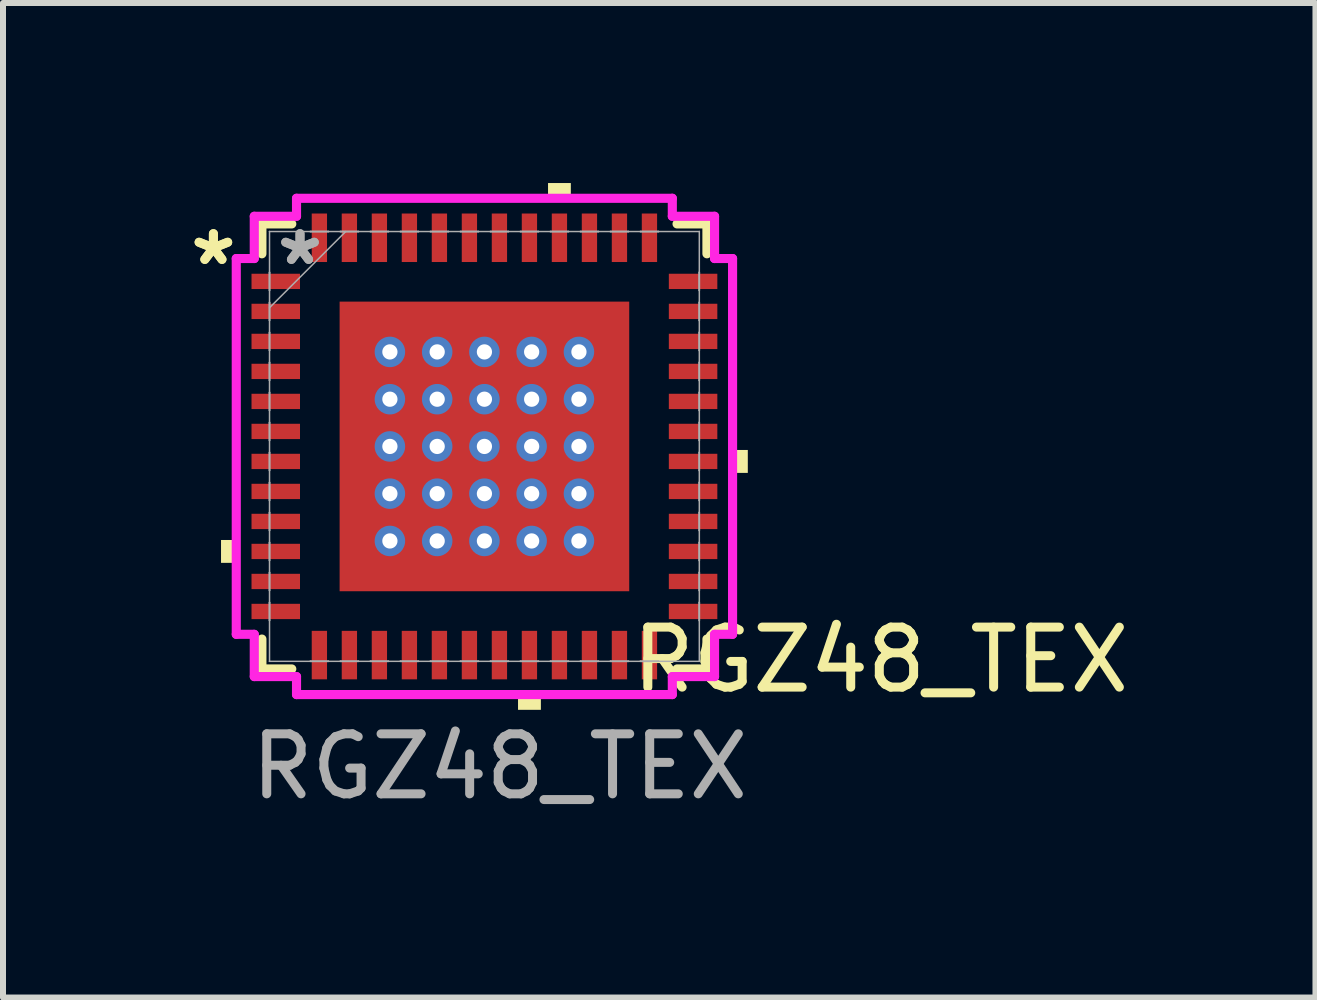
<source format=kicad_pcb>
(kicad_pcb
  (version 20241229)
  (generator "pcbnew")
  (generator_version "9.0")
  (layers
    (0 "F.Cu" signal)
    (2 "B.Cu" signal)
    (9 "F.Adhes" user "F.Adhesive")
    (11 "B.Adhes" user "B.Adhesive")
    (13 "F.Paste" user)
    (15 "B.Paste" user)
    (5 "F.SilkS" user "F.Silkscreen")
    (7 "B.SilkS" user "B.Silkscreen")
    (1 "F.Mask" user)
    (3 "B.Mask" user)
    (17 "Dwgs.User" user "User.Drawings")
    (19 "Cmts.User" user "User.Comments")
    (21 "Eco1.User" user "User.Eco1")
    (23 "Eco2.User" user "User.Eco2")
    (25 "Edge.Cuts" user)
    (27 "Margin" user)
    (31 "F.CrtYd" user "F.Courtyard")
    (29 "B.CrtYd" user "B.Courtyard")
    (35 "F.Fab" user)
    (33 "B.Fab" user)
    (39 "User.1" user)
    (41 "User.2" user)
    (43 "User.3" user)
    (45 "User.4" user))
  (footprint "RGZ48_TEX"
    (layer "F.Cu")
    (at 5.022 4.389)
    (property "Reference" "RGZ48_TEX" (at 6.604 3.556 0) (unlocked yes) (layer "F.SilkS") (effects (font (size 1 1) (thickness 0.15))))
    (fp_line (start -3.708 -3.708) (end -3.708 -3.21) (stroke (width 0.152) (type solid)) (layer "F.SilkS"))
    (fp_line (start -3.708 3.21) (end -3.708 3.708) (stroke (width 0.152) (type solid)) (layer "F.SilkS"))
    (fp_line (start -3.708 3.708) (end -3.21 3.708) (stroke (width 0.152) (type solid)) (layer "F.SilkS"))
    (fp_line (start -3.21 -3.708) (end -3.708 -3.708) (stroke (width 0.152) (type solid)) (layer "F.SilkS"))
    (fp_line (start 3.21 3.708) (end 3.708 3.708) (stroke (width 0.152) (type solid)) (layer "F.SilkS"))
    (fp_line (start 3.708 -3.708) (end 3.21 -3.708) (stroke (width 0.152) (type solid)) (layer "F.SilkS"))
    (fp_line (start 3.708 -3.21) (end 3.708 -3.708) (stroke (width 0.152) (type solid)) (layer "F.SilkS"))
    (fp_line (start 3.708 3.708) (end 3.708 3.21) (stroke (width 0.152) (type solid)) (layer "F.SilkS"))
    (fp_poly (pts (xy -4.389 1.559) (xy -4.389 1.94) (xy -4.135 1.94) (xy -4.135 1.559)) (stroke (width 0) (type solid)) (fill yes) (layer "F.SilkS"))
    (fp_poly (pts (xy 0.56 4.135) (xy 0.56 4.389) (xy 0.941 4.389) (xy 0.941 4.135)) (stroke (width 0) (type solid)) (fill yes) (layer "F.SilkS"))
    (fp_poly (pts (xy 1.06 -4.135) (xy 1.06 -4.389) (xy 1.44 -4.389) (xy 1.44 -4.135)) (stroke (width 0) (type solid)) (fill yes) (layer "F.SilkS"))
    (fp_poly (pts (xy 4.389 0.059) (xy 4.389 0.441) (xy 4.135 0.441) (xy 4.135 0.059)) (stroke (width 0) (type solid)) (fill yes) (layer "F.SilkS"))
    (fp_poly (pts (xy -2.121 -2.262) (xy -2.262 -2.121) (xy -2.262 -1.816) (xy -2.121 -1.675) (xy -1.816 -1.675) (xy -1.675 -1.816) (xy -1.675 -2.121) (xy -1.816 -2.262)) (stroke (width 0) (type solid)) (fill yes) (layer "F.Paste"))
    (fp_poly (pts (xy -2.121 -1.475) (xy -2.262 -1.333) (xy -2.262 -1.029) (xy -2.121 -0.887) (xy -1.816 -0.887) (xy -1.675 -1.029) (xy -1.675 -1.333) (xy -1.816 -1.475)) (stroke (width 0) (type solid)) (fill yes) (layer "F.Paste"))
    (fp_poly (pts (xy -2.121 -0.687) (xy -2.262 -0.546) (xy -2.262 -0.241) (xy -2.121 -0.1) (xy -1.816 -0.1) (xy -1.675 -0.241) (xy -1.675 -0.546) (xy -1.816 -0.687)) (stroke (width 0) (type solid)) (fill yes) (layer "F.Paste"))
    (fp_poly (pts (xy -2.121 0.1) (xy -2.262 0.241) (xy -2.262 0.546) (xy -2.121 0.687) (xy -1.816 0.687) (xy -1.675 0.546) (xy -1.675 0.241) (xy -1.816 0.1)) (stroke (width 0) (type solid)) (fill yes) (layer "F.Paste"))
    (fp_poly (pts (xy -2.121 0.887) (xy -2.262 1.029) (xy -2.262 1.333) (xy -2.121 1.475) (xy -1.816 1.475) (xy -1.675 1.333) (xy -1.675 1.029) (xy -1.816 0.887)) (stroke (width 0) (type solid)) (fill yes) (layer "F.Paste"))
    (fp_poly (pts (xy -2.121 1.675) (xy -2.262 1.816) (xy -2.262 2.121) (xy -2.121 2.262) (xy -1.816 2.262) (xy -1.675 2.121) (xy -1.675 1.816) (xy -1.816 1.675)) (stroke (width 0) (type solid)) (fill yes) (layer "F.Paste"))
    (fp_poly (pts (xy -1.333 -2.262) (xy -1.475 -2.121) (xy -1.475 -1.816) (xy -1.333 -1.675) (xy -1.029 -1.675) (xy -0.887 -1.816) (xy -0.887 -2.121) (xy -1.029 -2.262)) (stroke (width 0) (type solid)) (fill yes) (layer "F.Paste"))
    (fp_poly (pts (xy -1.333 -1.475) (xy -1.475 -1.333) (xy -1.475 -1.029) (xy -1.333 -0.887) (xy -1.029 -0.887) (xy -0.887 -1.029) (xy -0.887 -1.333) (xy -1.029 -1.475)) (stroke (width 0) (type solid)) (fill yes) (layer "F.Paste"))
    (fp_poly (pts (xy -1.333 -0.687) (xy -1.475 -0.546) (xy -1.475 -0.241) (xy -1.333 -0.1) (xy -1.029 -0.1) (xy -0.887 -0.241) (xy -0.887 -0.546) (xy -1.029 -0.687)) (stroke (width 0) (type solid)) (fill yes) (layer "F.Paste"))
    (fp_poly (pts (xy -1.333 0.1) (xy -1.475 0.241) (xy -1.475 0.546) (xy -1.333 0.687) (xy -1.029 0.687) (xy -0.887 0.546) (xy -0.887 0.241) (xy -1.029 0.1)) (stroke (width 0) (type solid)) (fill yes) (layer "F.Paste"))
    (fp_poly (pts (xy -1.333 0.887) (xy -1.475 1.029) (xy -1.475 1.333) (xy -1.333 1.475) (xy -1.029 1.475) (xy -0.887 1.333) (xy -0.887 1.029) (xy -1.029 0.887)) (stroke (width 0) (type solid)) (fill yes) (layer "F.Paste"))
    (fp_poly (pts (xy -1.333 1.675) (xy -1.475 1.816) (xy -1.475 2.121) (xy -1.333 2.262) (xy -1.029 2.262) (xy -0.887 2.121) (xy -0.887 1.816) (xy -1.029 1.675)) (stroke (width 0) (type solid)) (fill yes) (layer "F.Paste"))
    (fp_poly (pts (xy -0.546 -2.262) (xy -0.687 -2.121) (xy -0.687 -1.816) (xy -0.546 -1.675) (xy -0.241 -1.675) (xy -0.1 -1.816) (xy -0.1 -2.121) (xy -0.241 -2.262)) (stroke (width 0) (type solid)) (fill yes) (layer "F.Paste"))
    (fp_poly (pts (xy -0.546 -1.475) (xy -0.687 -1.333) (xy -0.687 -1.029) (xy -0.546 -0.887) (xy -0.241 -0.887) (xy -0.1 -1.029) (xy -0.1 -1.333) (xy -0.241 -1.475)) (stroke (width 0) (type solid)) (fill yes) (layer "F.Paste"))
    (fp_poly (pts (xy -0.546 -0.687) (xy -0.687 -0.546) (xy -0.687 -0.241) (xy -0.546 -0.1) (xy -0.241 -0.1) (xy -0.1 -0.241) (xy -0.1 -0.546) (xy -0.241 -0.687)) (stroke (width 0) (type solid)) (fill yes) (layer "F.Paste"))
    (fp_poly (pts (xy -0.546 0.1) (xy -0.687 0.241) (xy -0.687 0.546) (xy -0.546 0.687) (xy -0.241 0.687) (xy -0.1 0.546) (xy -0.1 0.241) (xy -0.241 0.1)) (stroke (width 0) (type solid)) (fill yes) (layer "F.Paste"))
    (fp_poly (pts (xy -0.546 0.887) (xy -0.687 1.029) (xy -0.687 1.333) (xy -0.546 1.475) (xy -0.241 1.475) (xy -0.1 1.333) (xy -0.1 1.029) (xy -0.241 0.887)) (stroke (width 0) (type solid)) (fill yes) (layer "F.Paste"))
    (fp_poly (pts (xy -0.546 1.675) (xy -0.687 1.816) (xy -0.687 2.121) (xy -0.546 2.262) (xy -0.241 2.262) (xy -0.1 2.121) (xy -0.1 1.816) (xy -0.241 1.675)) (stroke (width 0) (type solid)) (fill yes) (layer "F.Paste"))
    (fp_poly (pts (xy 0.241 -2.262) (xy 0.1 -2.121) (xy 0.1 -1.816) (xy 0.241 -1.675) (xy 0.546 -1.675) (xy 0.687 -1.816) (xy 0.687 -2.121) (xy 0.546 -2.262)) (stroke (width 0) (type solid)) (fill yes) (layer "F.Paste"))
    (fp_poly (pts (xy 0.241 -1.475) (xy 0.1 -1.333) (xy 0.1 -1.029) (xy 0.241 -0.887) (xy 0.546 -0.887) (xy 0.687 -1.029) (xy 0.687 -1.333) (xy 0.546 -1.475)) (stroke (width 0) (type solid)) (fill yes) (layer "F.Paste"))
    (fp_poly (pts (xy 0.241 -0.687) (xy 0.1 -0.546) (xy 0.1 -0.241) (xy 0.241 -0.1) (xy 0.546 -0.1) (xy 0.687 -0.241) (xy 0.687 -0.546) (xy 0.546 -0.687)) (stroke (width 0) (type solid)) (fill yes) (layer "F.Paste"))
    (fp_poly (pts (xy 0.241 0.1) (xy 0.1 0.241) (xy 0.1 0.546) (xy 0.241 0.687) (xy 0.546 0.687) (xy 0.687 0.546) (xy 0.687 0.241) (xy 0.546 0.1)) (stroke (width 0) (type solid)) (fill yes) (layer "F.Paste"))
    (fp_poly (pts (xy 0.241 0.887) (xy 0.1 1.029) (xy 0.1 1.333) (xy 0.241 1.475) (xy 0.546 1.475) (xy 0.687 1.333) (xy 0.687 1.029) (xy 0.546 0.887)) (stroke (width 0) (type solid)) (fill yes) (layer "F.Paste"))
    (fp_poly (pts (xy 0.241 1.675) (xy 0.1 1.816) (xy 0.1 2.121) (xy 0.241 2.262) (xy 0.546 2.262) (xy 0.687 2.121) (xy 0.687 1.816) (xy 0.546 1.675)) (stroke (width 0) (type solid)) (fill yes) (layer "F.Paste"))
    (fp_poly (pts (xy 1.029 -2.262) (xy 0.887 -2.121) (xy 0.887 -1.816) (xy 1.029 -1.675) (xy 1.333 -1.675) (xy 1.475 -1.816) (xy 1.475 -2.121) (xy 1.333 -2.262)) (stroke (width 0) (type solid)) (fill yes) (layer "F.Paste"))
    (fp_poly (pts (xy 1.029 -1.475) (xy 0.887 -1.333) (xy 0.887 -1.029) (xy 1.029 -0.887) (xy 1.333 -0.887) (xy 1.475 -1.029) (xy 1.475 -1.333) (xy 1.333 -1.475)) (stroke (width 0) (type solid)) (fill yes) (layer "F.Paste"))
    (fp_poly (pts (xy 1.029 -0.687) (xy 0.887 -0.546) (xy 0.887 -0.241) (xy 1.029 -0.1) (xy 1.333 -0.1) (xy 1.475 -0.241) (xy 1.475 -0.546) (xy 1.333 -0.687)) (stroke (width 0) (type solid)) (fill yes) (layer "F.Paste"))
    (fp_poly (pts (xy 1.029 0.1) (xy 0.887 0.241) (xy 0.887 0.546) (xy 1.029 0.687) (xy 1.333 0.687) (xy 1.475 0.546) (xy 1.475 0.241) (xy 1.333 0.1)) (stroke (width 0) (type solid)) (fill yes) (layer "F.Paste"))
    (fp_poly (pts (xy 1.029 0.887) (xy 0.887 1.029) (xy 0.887 1.333) (xy 1.029 1.475) (xy 1.333 1.475) (xy 1.475 1.333) (xy 1.475 1.029) (xy 1.333 0.887)) (stroke (width 0) (type solid)) (fill yes) (layer "F.Paste"))
    (fp_poly (pts (xy 1.029 1.675) (xy 0.887 1.816) (xy 0.887 2.121) (xy 1.029 2.262) (xy 1.333 2.262) (xy 1.475 2.121) (xy 1.475 1.816) (xy 1.333 1.675)) (stroke (width 0) (type solid)) (fill yes) (layer "F.Paste"))
    (fp_poly (pts (xy 1.727 -2.286) (xy 1.586 -2.145) (xy 1.586 -1.84) (xy 1.727 -1.699) (xy 2.032 -1.699) (xy 2.173 -1.84) (xy 2.173 -2.145) (xy 2.032 -2.286)) (stroke (width 0) (type solid)) (fill yes) (layer "F.Paste"))
    (fp_poly (pts (xy 1.816 -1.475) (xy 1.675 -1.333) (xy 1.675 -1.029) (xy 1.816 -0.887) (xy 2.121 -0.887) (xy 2.262 -1.029) (xy 2.262 -1.333) (xy 2.121 -1.475)) (stroke (width 0) (type solid)) (fill yes) (layer "F.Paste"))
    (fp_poly (pts (xy 1.816 -0.687) (xy 1.675 -0.546) (xy 1.675 -0.241) (xy 1.816 -0.1) (xy 2.121 -0.1) (xy 2.262 -0.241) (xy 2.262 -0.546) (xy 2.121 -0.687)) (stroke (width 0) (type solid)) (fill yes) (layer "F.Paste"))
    (fp_poly (pts (xy 1.816 0.1) (xy 1.675 0.241) (xy 1.675 0.546) (xy 1.816 0.687) (xy 2.121 0.687) (xy 2.262 0.546) (xy 2.262 0.241) (xy 2.121 0.1)) (stroke (width 0) (type solid)) (fill yes) (layer "F.Paste"))
    (fp_poly (pts (xy 1.816 0.887) (xy 1.675 1.029) (xy 1.675 1.333) (xy 1.816 1.475) (xy 2.121 1.475) (xy 2.262 1.333) (xy 2.262 1.029) (xy 2.121 0.887)) (stroke (width 0) (type solid)) (fill yes) (layer "F.Paste"))
    (fp_poly (pts (xy 1.816 1.675) (xy 1.675 1.816) (xy 1.675 2.121) (xy 1.816 2.262) (xy 2.121 2.262) (xy 2.262 2.121) (xy 2.262 1.816) (xy 2.121 1.675)) (stroke (width 0) (type solid)) (fill yes) (layer "F.Paste"))
    (fp_line (start -4.135 -3.131) (end -3.835 -3.131) (stroke (width 0.152) (type solid)) (layer "F.CrtYd"))
    (fp_line (start -4.135 3.131) (end -4.135 -3.131) (stroke (width 0.152) (type solid)) (layer "F.CrtYd"))
    (fp_line (start -3.835 -3.835) (end -3.131 -3.835) (stroke (width 0.152) (type solid)) (layer "F.CrtYd"))
    (fp_line (start -3.835 -3.131) (end -3.835 -3.835) (stroke (width 0.152) (type solid)) (layer "F.CrtYd"))
    (fp_line (start -3.835 3.131) (end -4.135 3.131) (stroke (width 0.152) (type solid)) (layer "F.CrtYd"))
    (fp_line (start -3.835 3.835) (end -3.835 3.131) (stroke (width 0.152) (type solid)) (layer "F.CrtYd"))
    (fp_line (start -3.131 -4.135) (end 3.131 -4.135) (stroke (width 0.152) (type solid)) (layer "F.CrtYd"))
    (fp_line (start -3.131 -3.835) (end -3.131 -4.135) (stroke (width 0.152) (type solid)) (layer "F.CrtYd"))
    (fp_line (start -3.131 3.835) (end -3.835 3.835) (stroke (width 0.152) (type solid)) (layer "F.CrtYd"))
    (fp_line (start -3.131 4.135) (end -3.131 3.835) (stroke (width 0.152) (type solid)) (layer "F.CrtYd"))
    (fp_line (start 3.131 -4.135) (end 3.131 -3.835) (stroke (width 0.152) (type solid)) (layer "F.CrtYd"))
    (fp_line (start 3.131 -3.835) (end 3.835 -3.835) (stroke (width 0.152) (type solid)) (layer "F.CrtYd"))
    (fp_line (start 3.131 3.835) (end 3.131 4.135) (stroke (width 0.152) (type solid)) (layer "F.CrtYd"))
    (fp_line (start 3.131 4.135) (end -3.131 4.135) (stroke (width 0.152) (type solid)) (layer "F.CrtYd"))
    (fp_line (start 3.835 -3.835) (end 3.835 -3.131) (stroke (width 0.152) (type solid)) (layer "F.CrtYd"))
    (fp_line (start 3.835 -3.131) (end 4.135 -3.131) (stroke (width 0.152) (type solid)) (layer "F.CrtYd"))
    (fp_line (start 3.835 3.131) (end 3.835 3.835) (stroke (width 0.152) (type solid)) (layer "F.CrtYd"))
    (fp_line (start 3.835 3.835) (end 3.131 3.835) (stroke (width 0.152) (type solid)) (layer "F.CrtYd"))
    (fp_line (start 4.135 -3.131) (end 4.135 3.131) (stroke (width 0.152) (type solid)) (layer "F.CrtYd"))
    (fp_line (start 4.135 3.131) (end 3.835 3.131) (stroke (width 0.152) (type solid)) (layer "F.CrtYd"))
    (fp_line (start -3.581 -3.581) (end -3.581 -3.581) (stroke (width 0.025) (type solid)) (layer "F.Fab"))
    (fp_line (start -3.581 -3.581) (end -3.581 3.581) (stroke (width 0.025) (type solid)) (layer "F.Fab"))
    (fp_line (start -3.581 -2.902) (end -3.581 -2.902) (stroke (width 0.025) (type solid)) (layer "F.Fab"))
    (fp_line (start -3.581 -2.902) (end -3.581 -2.598) (stroke (width 0.025) (type solid)) (layer "F.Fab"))
    (fp_line (start -3.581 -2.598) (end -3.581 -2.902) (stroke (width 0.025) (type solid)) (layer "F.Fab"))
    (fp_line (start -3.581 -2.598) (end -3.581 -2.598) (stroke (width 0.025) (type solid)) (layer "F.Fab"))
    (fp_line (start -3.581 -2.402) (end -3.581 -2.402) (stroke (width 0.025) (type solid)) (layer "F.Fab"))
    (fp_line (start -3.581 -2.402) (end -3.581 -2.098) (stroke (width 0.025) (type solid)) (layer "F.Fab"))
    (fp_line (start -3.581 -2.311) (end -2.311 -3.581) (stroke (width 0.025) (type solid)) (layer "F.Fab"))
    (fp_line (start -3.581 -2.098) (end -3.581 -2.402) (stroke (width 0.025) (type solid)) (layer "F.Fab"))
    (fp_line (start -3.581 -2.098) (end -3.581 -2.098) (stroke (width 0.025) (type solid)) (layer "F.Fab"))
    (fp_line (start -3.581 -1.902) (end -3.581 -1.902) (stroke (width 0.025) (type solid)) (layer "F.Fab"))
    (fp_line (start -3.581 -1.902) (end -3.581 -1.598) (stroke (width 0.025) (type solid)) (layer "F.Fab"))
    (fp_line (start -3.581 -1.598) (end -3.581 -1.902) (stroke (width 0.025) (type solid)) (layer "F.Fab"))
    (fp_line (start -3.581 -1.598) (end -3.581 -1.598) (stroke (width 0.025) (type solid)) (layer "F.Fab"))
    (fp_line (start -3.581 -1.402) (end -3.581 -1.402) (stroke (width 0.025) (type solid)) (layer "F.Fab"))
    (fp_line (start -3.581 -1.402) (end -3.581 -1.098) (stroke (width 0.025) (type solid)) (layer "F.Fab"))
    (fp_line (start -3.581 -1.098) (end -3.581 -1.402) (stroke (width 0.025) (type solid)) (layer "F.Fab"))
    (fp_line (start -3.581 -1.098) (end -3.581 -1.098) (stroke (width 0.025) (type solid)) (layer "F.Fab"))
    (fp_line (start -3.581 -0.902) (end -3.581 -0.902) (stroke (width 0.025) (type solid)) (layer "F.Fab"))
    (fp_line (start -3.581 -0.902) (end -3.581 -0.598) (stroke (width 0.025) (type solid)) (layer "F.Fab"))
    (fp_line (start -3.581 -0.598) (end -3.581 -0.902) (stroke (width 0.025) (type solid)) (layer "F.Fab"))
    (fp_line (start -3.581 -0.598) (end -3.581 -0.598) (stroke (width 0.025) (type solid)) (layer "F.Fab"))
    (fp_line (start -3.581 -0.402) (end -3.581 -0.402) (stroke (width 0.025) (type solid)) (layer "F.Fab"))
    (fp_line (start -3.581 -0.402) (end -3.581 -0.098) (stroke (width 0.025) (type solid)) (layer "F.Fab"))
    (fp_line (start -3.581 -0.098) (end -3.581 -0.402) (stroke (width 0.025) (type solid)) (layer "F.Fab"))
    (fp_line (start -3.581 -0.098) (end -3.581 -0.098) (stroke (width 0.025) (type solid)) (layer "F.Fab"))
    (fp_line (start -3.581 0.098) (end -3.581 0.098) (stroke (width 0.025) (type solid)) (layer "F.Fab"))
    (fp_line (start -3.581 0.098) (end -3.581 0.402) (stroke (width 0.025) (type solid)) (layer "F.Fab"))
    (fp_line (start -3.581 0.402) (end -3.581 0.098) (stroke (width 0.025) (type solid)) (layer "F.Fab"))
    (fp_line (start -3.581 0.402) (end -3.581 0.402) (stroke (width 0.025) (type solid)) (layer "F.Fab"))
    (fp_line (start -3.581 0.598) (end -3.581 0.598) (stroke (width 0.025) (type solid)) (layer "F.Fab"))
    (fp_line (start -3.581 0.598) (end -3.581 0.902) (stroke (width 0.025) (type solid)) (layer "F.Fab"))
    (fp_line (start -3.581 0.902) (end -3.581 0.598) (stroke (width 0.025) (type solid)) (layer "F.Fab"))
    (fp_line (start -3.581 0.902) (end -3.581 0.902) (stroke (width 0.025) (type solid)) (layer "F.Fab"))
    (fp_line (start -3.581 1.098) (end -3.581 1.098) (stroke (width 0.025) (type solid)) (layer "F.Fab"))
    (fp_line (start -3.581 1.098) (end -3.581 1.402) (stroke (width 0.025) (type solid)) (layer "F.Fab"))
    (fp_line (start -3.581 1.402) (end -3.581 1.098) (stroke (width 0.025) (type solid)) (layer "F.Fab"))
    (fp_line (start -3.581 1.402) (end -3.581 1.402) (stroke (width 0.025) (type solid)) (layer "F.Fab"))
    (fp_line (start -3.581 1.598) (end -3.581 1.598) (stroke (width 0.025) (type solid)) (layer "F.Fab"))
    (fp_line (start -3.581 1.598) (end -3.581 1.902) (stroke (width 0.025) (type solid)) (layer "F.Fab"))
    (fp_line (start -3.581 1.902) (end -3.581 1.598) (stroke (width 0.025) (type solid)) (layer "F.Fab"))
    (fp_line (start -3.581 1.902) (end -3.581 1.902) (stroke (width 0.025) (type solid)) (layer "F.Fab"))
    (fp_line (start -3.581 2.098) (end -3.581 2.098) (stroke (width 0.025) (type solid)) (layer "F.Fab"))
    (fp_line (start -3.581 2.098) (end -3.581 2.402) (stroke (width 0.025) (type solid)) (layer "F.Fab"))
    (fp_line (start -3.581 2.402) (end -3.581 2.098) (stroke (width 0.025) (type solid)) (layer "F.Fab"))
    (fp_line (start -3.581 2.402) (end -3.581 2.402) (stroke (width 0.025) (type solid)) (layer "F.Fab"))
    (fp_line (start -3.581 2.598) (end -3.581 2.598) (stroke (width 0.025) (type solid)) (layer "F.Fab"))
    (fp_line (start -3.581 2.598) (end -3.581 2.902) (stroke (width 0.025) (type solid)) (layer "F.Fab"))
    (fp_line (start -3.581 2.902) (end -3.581 2.598) (stroke (width 0.025) (type solid)) (layer "F.Fab"))
    (fp_line (start -3.581 2.902) (end -3.581 2.902) (stroke (width 0.025) (type solid)) (layer "F.Fab"))
    (fp_line (start -3.581 3.581) (end -3.581 3.581) (stroke (width 0.025) (type solid)) (layer "F.Fab"))
    (fp_line (start -3.581 3.581) (end 3.581 3.581) (stroke (width 0.025) (type solid)) (layer "F.Fab"))
    (fp_line (start -2.902 -3.581) (end -2.902 -3.581) (stroke (width 0.025) (type solid)) (layer "F.Fab"))
    (fp_line (start -2.902 -3.581) (end -2.598 -3.581) (stroke (width 0.025) (type solid)) (layer "F.Fab"))
    (fp_line (start -2.902 3.581) (end -2.902 3.581) (stroke (width 0.025) (type solid)) (layer "F.Fab"))
    (fp_line (start -2.902 3.581) (end -2.598 3.581) (stroke (width 0.025) (type solid)) (layer "F.Fab"))
    (fp_line (start -2.598 -3.581) (end -2.902 -3.581) (stroke (width 0.025) (type solid)) (layer "F.Fab"))
    (fp_line (start -2.598 -3.581) (end -2.598 -3.581) (stroke (width 0.025) (type solid)) (layer "F.Fab"))
    (fp_line (start -2.598 3.581) (end -2.902 3.581) (stroke (width 0.025) (type solid)) (layer "F.Fab"))
    (fp_line (start -2.598 3.581) (end -2.598 3.581) (stroke (width 0.025) (type solid)) (layer "F.Fab"))
    (fp_line (start -2.402 -3.581) (end -2.402 -3.581) (stroke (width 0.025) (type solid)) (layer "F.Fab"))
    (fp_line (start -2.402 -3.581) (end -2.098 -3.581) (stroke (width 0.025) (type solid)) (layer "F.Fab"))
    (fp_line (start -2.402 3.581) (end -2.402 3.581) (stroke (width 0.025) (type solid)) (layer "F.Fab"))
    (fp_line (start -2.402 3.581) (end -2.098 3.581) (stroke (width 0.025) (type solid)) (layer "F.Fab"))
    (fp_line (start -2.098 -3.581) (end -2.402 -3.581) (stroke (width 0.025) (type solid)) (layer "F.Fab"))
    (fp_line (start -2.098 -3.581) (end -2.098 -3.581) (stroke (width 0.025) (type solid)) (layer "F.Fab"))
    (fp_line (start -2.098 3.581) (end -2.402 3.581) (stroke (width 0.025) (type solid)) (layer "F.Fab"))
    (fp_line (start -2.098 3.581) (end -2.098 3.581) (stroke (width 0.025) (type solid)) (layer "F.Fab"))
    (fp_line (start -1.902 -3.581) (end -1.902 -3.581) (stroke (width 0.025) (type solid)) (layer "F.Fab"))
    (fp_line (start -1.902 -3.581) (end -1.598 -3.581) (stroke (width 0.025) (type solid)) (layer "F.Fab"))
    (fp_line (start -1.902 3.581) (end -1.902 3.581) (stroke (width 0.025) (type solid)) (layer "F.Fab"))
    (fp_line (start -1.902 3.581) (end -1.598 3.581) (stroke (width 0.025) (type solid)) (layer "F.Fab"))
    (fp_line (start -1.598 -3.581) (end -1.902 -3.581) (stroke (width 0.025) (type solid)) (layer "F.Fab"))
    (fp_line (start -1.598 -3.581) (end -1.598 -3.581) (stroke (width 0.025) (type solid)) (layer "F.Fab"))
    (fp_line (start -1.598 3.581) (end -1.902 3.581) (stroke (width 0.025) (type solid)) (layer "F.Fab"))
    (fp_line (start -1.598 3.581) (end -1.598 3.581) (stroke (width 0.025) (type solid)) (layer "F.Fab"))
    (fp_line (start -1.402 -3.581) (end -1.402 -3.581) (stroke (width 0.025) (type solid)) (layer "F.Fab"))
    (fp_line (start -1.402 -3.581) (end -1.098 -3.581) (stroke (width 0.025) (type solid)) (layer "F.Fab"))
    (fp_line (start -1.402 3.581) (end -1.402 3.581) (stroke (width 0.025) (type solid)) (layer "F.Fab"))
    (fp_line (start -1.402 3.581) (end -1.098 3.581) (stroke (width 0.025) (type solid)) (layer "F.Fab"))
    (fp_line (start -1.098 -3.581) (end -1.402 -3.581) (stroke (width 0.025) (type solid)) (layer "F.Fab"))
    (fp_line (start -1.098 -3.581) (end -1.098 -3.581) (stroke (width 0.025) (type solid)) (layer "F.Fab"))
    (fp_line (start -1.098 3.581) (end -1.402 3.581) (stroke (width 0.025) (type solid)) (layer "F.Fab"))
    (fp_line (start -1.098 3.581) (end -1.098 3.581) (stroke (width 0.025) (type solid)) (layer "F.Fab"))
    (fp_line (start -0.902 -3.581) (end -0.902 -3.581) (stroke (width 0.025) (type solid)) (layer "F.Fab"))
    (fp_line (start -0.902 -3.581) (end -0.598 -3.581) (stroke (width 0.025) (type solid)) (layer "F.Fab"))
    (fp_line (start -0.902 3.581) (end -0.902 3.581) (stroke (width 0.025) (type solid)) (layer "F.Fab"))
    (fp_line (start -0.902 3.581) (end -0.598 3.581) (stroke (width 0.025) (type solid)) (layer "F.Fab"))
    (fp_line (start -0.598 -3.581) (end -0.902 -3.581) (stroke (width 0.025) (type solid)) (layer "F.Fab"))
    (fp_line (start -0.598 -3.581) (end -0.598 -3.581) (stroke (width 0.025) (type solid)) (layer "F.Fab"))
    (fp_line (start -0.598 3.581) (end -0.902 3.581) (stroke (width 0.025) (type solid)) (layer "F.Fab"))
    (fp_line (start -0.598 3.581) (end -0.598 3.581) (stroke (width 0.025) (type solid)) (layer "F.Fab"))
    (fp_line (start -0.402 -3.581) (end -0.402 -3.581) (stroke (width 0.025) (type solid)) (layer "F.Fab"))
    (fp_line (start -0.402 -3.581) (end -0.098 -3.581) (stroke (width 0.025) (type solid)) (layer "F.Fab"))
    (fp_line (start -0.402 3.581) (end -0.402 3.581) (stroke (width 0.025) (type solid)) (layer "F.Fab"))
    (fp_line (start -0.402 3.581) (end -0.098 3.581) (stroke (width 0.025) (type solid)) (layer "F.Fab"))
    (fp_line (start -0.098 -3.581) (end -0.402 -3.581) (stroke (width 0.025) (type solid)) (layer "F.Fab"))
    (fp_line (start -0.098 -3.581) (end -0.098 -3.581) (stroke (width 0.025) (type solid)) (layer "F.Fab"))
    (fp_line (start -0.098 3.581) (end -0.402 3.581) (stroke (width 0.025) (type solid)) (layer "F.Fab"))
    (fp_line (start -0.098 3.581) (end -0.098 3.581) (stroke (width 0.025) (type solid)) (layer "F.Fab"))
    (fp_line (start 0.098 -3.581) (end 0.098 -3.581) (stroke (width 0.025) (type solid)) (layer "F.Fab"))
    (fp_line (start 0.098 -3.581) (end 0.402 -3.581) (stroke (width 0.025) (type solid)) (layer "F.Fab"))
    (fp_line (start 0.098 3.581) (end 0.098 3.581) (stroke (width 0.025) (type solid)) (layer "F.Fab"))
    (fp_line (start 0.098 3.581) (end 0.402 3.581) (stroke (width 0.025) (type solid)) (layer "F.Fab"))
    (fp_line (start 0.402 -3.581) (end 0.098 -3.581) (stroke (width 0.025) (type solid)) (layer "F.Fab"))
    (fp_line (start 0.402 -3.581) (end 0.402 -3.581) (stroke (width 0.025) (type solid)) (layer "F.Fab"))
    (fp_line (start 0.402 3.581) (end 0.098 3.581) (stroke (width 0.025) (type solid)) (layer "F.Fab"))
    (fp_line (start 0.402 3.581) (end 0.402 3.581) (stroke (width 0.025) (type solid)) (layer "F.Fab"))
    (fp_line (start 0.598 -3.581) (end 0.598 -3.581) (stroke (width 0.025) (type solid)) (layer "F.Fab"))
    (fp_line (start 0.598 -3.581) (end 0.902 -3.581) (stroke (width 0.025) (type solid)) (layer "F.Fab"))
    (fp_line (start 0.598 3.581) (end 0.598 3.581) (stroke (width 0.025) (type solid)) (layer "F.Fab"))
    (fp_line (start 0.598 3.581) (end 0.902 3.581) (stroke (width 0.025) (type solid)) (layer "F.Fab"))
    (fp_line (start 0.902 -3.581) (end 0.598 -3.581) (stroke (width 0.025) (type solid)) (layer "F.Fab"))
    (fp_line (start 0.902 -3.581) (end 0.902 -3.581) (stroke (width 0.025) (type solid)) (layer "F.Fab"))
    (fp_line (start 0.902 3.581) (end 0.598 3.581) (stroke (width 0.025) (type solid)) (layer "F.Fab"))
    (fp_line (start 0.902 3.581) (end 0.902 3.581) (stroke (width 0.025) (type solid)) (layer "F.Fab"))
    (fp_line (start 1.098 -3.581) (end 1.098 -3.581) (stroke (width 0.025) (type solid)) (layer "F.Fab"))
    (fp_line (start 1.098 -3.581) (end 1.402 -3.581) (stroke (width 0.025) (type solid)) (layer "F.Fab"))
    (fp_line (start 1.098 3.581) (end 1.098 3.581) (stroke (width 0.025) (type solid)) (layer "F.Fab"))
    (fp_line (start 1.098 3.581) (end 1.402 3.581) (stroke (width 0.025) (type solid)) (layer "F.Fab"))
    (fp_line (start 1.402 -3.581) (end 1.098 -3.581) (stroke (width 0.025) (type solid)) (layer "F.Fab"))
    (fp_line (start 1.402 -3.581) (end 1.402 -3.581) (stroke (width 0.025) (type solid)) (layer "F.Fab"))
    (fp_line (start 1.402 3.581) (end 1.098 3.581) (stroke (width 0.025) (type solid)) (layer "F.Fab"))
    (fp_line (start 1.402 3.581) (end 1.402 3.581) (stroke (width 0.025) (type solid)) (layer "F.Fab"))
    (fp_line (start 1.598 -3.581) (end 1.598 -3.581) (stroke (width 0.025) (type solid)) (layer "F.Fab"))
    (fp_line (start 1.598 -3.581) (end 1.902 -3.581) (stroke (width 0.025) (type solid)) (layer "F.Fab"))
    (fp_line (start 1.598 3.581) (end 1.598 3.581) (stroke (width 0.025) (type solid)) (layer "F.Fab"))
    (fp_line (start 1.598 3.581) (end 1.902 3.581) (stroke (width 0.025) (type solid)) (layer "F.Fab"))
    (fp_line (start 1.902 -3.581) (end 1.598 -3.581) (stroke (width 0.025) (type solid)) (layer "F.Fab"))
    (fp_line (start 1.902 -3.581) (end 1.902 -3.581) (stroke (width 0.025) (type solid)) (layer "F.Fab"))
    (fp_line (start 1.902 3.581) (end 1.598 3.581) (stroke (width 0.025) (type solid)) (layer "F.Fab"))
    (fp_line (start 1.902 3.581) (end 1.902 3.581) (stroke (width 0.025) (type solid)) (layer "F.Fab"))
    (fp_line (start 2.098 -3.581) (end 2.098 -3.581) (stroke (width 0.025) (type solid)) (layer "F.Fab"))
    (fp_line (start 2.098 -3.581) (end 2.402 -3.581) (stroke (width 0.025) (type solid)) (layer "F.Fab"))
    (fp_line (start 2.098 3.581) (end 2.098 3.581) (stroke (width 0.025) (type solid)) (layer "F.Fab"))
    (fp_line (start 2.098 3.581) (end 2.402 3.581) (stroke (width 0.025) (type solid)) (layer "F.Fab"))
    (fp_line (start 2.402 -3.581) (end 2.098 -3.581) (stroke (width 0.025) (type solid)) (layer "F.Fab"))
    (fp_line (start 2.402 -3.581) (end 2.402 -3.581) (stroke (width 0.025) (type solid)) (layer "F.Fab"))
    (fp_line (start 2.402 3.581) (end 2.098 3.581) (stroke (width 0.025) (type solid)) (layer "F.Fab"))
    (fp_line (start 2.402 3.581) (end 2.402 3.581) (stroke (width 0.025) (type solid)) (layer "F.Fab"))
    (fp_line (start 2.598 -3.581) (end 2.598 -3.581) (stroke (width 0.025) (type solid)) (layer "F.Fab"))
    (fp_line (start 2.598 -3.581) (end 2.902 -3.581) (stroke (width 0.025) (type solid)) (layer "F.Fab"))
    (fp_line (start 2.598 3.581) (end 2.598 3.581) (stroke (width 0.025) (type solid)) (layer "F.Fab"))
    (fp_line (start 2.598 3.581) (end 2.902 3.581) (stroke (width 0.025) (type solid)) (layer "F.Fab"))
    (fp_line (start 2.902 -3.581) (end 2.598 -3.581) (stroke (width 0.025) (type solid)) (layer "F.Fab"))
    (fp_line (start 2.902 -3.581) (end 2.902 -3.581) (stroke (width 0.025) (type solid)) (layer "F.Fab"))
    (fp_line (start 2.902 3.581) (end 2.598 3.581) (stroke (width 0.025) (type solid)) (layer "F.Fab"))
    (fp_line (start 2.902 3.581) (end 2.902 3.581) (stroke (width 0.025) (type solid)) (layer "F.Fab"))
    (fp_line (start 3.581 -3.581) (end -3.581 -3.581) (stroke (width 0.025) (type solid)) (layer "F.Fab"))
    (fp_line (start 3.581 -3.581) (end 3.581 -3.581) (stroke (width 0.025) (type solid)) (layer "F.Fab"))
    (fp_line (start 3.581 -2.902) (end 3.581 -2.902) (stroke (width 0.025) (type solid)) (layer "F.Fab"))
    (fp_line (start 3.581 -2.902) (end 3.581 -2.598) (stroke (width 0.025) (type solid)) (layer "F.Fab"))
    (fp_line (start 3.581 -2.598) (end 3.581 -2.902) (stroke (width 0.025) (type solid)) (layer "F.Fab"))
    (fp_line (start 3.581 -2.598) (end 3.581 -2.598) (stroke (width 0.025) (type solid)) (layer "F.Fab"))
    (fp_line (start 3.581 -2.402) (end 3.581 -2.402) (stroke (width 0.025) (type solid)) (layer "F.Fab"))
    (fp_line (start 3.581 -2.402) (end 3.581 -2.098) (stroke (width 0.025) (type solid)) (layer "F.Fab"))
    (fp_line (start 3.581 -2.098) (end 3.581 -2.402) (stroke (width 0.025) (type solid)) (layer "F.Fab"))
    (fp_line (start 3.581 -2.098) (end 3.581 -2.098) (stroke (width 0.025) (type solid)) (layer "F.Fab"))
    (fp_line (start 3.581 -1.902) (end 3.581 -1.902) (stroke (width 0.025) (type solid)) (layer "F.Fab"))
    (fp_line (start 3.581 -1.902) (end 3.581 -1.598) (stroke (width 0.025) (type solid)) (layer "F.Fab"))
    (fp_line (start 3.581 -1.598) (end 3.581 -1.902) (stroke (width 0.025) (type solid)) (layer "F.Fab"))
    (fp_line (start 3.581 -1.598) (end 3.581 -1.598) (stroke (width 0.025) (type solid)) (layer "F.Fab"))
    (fp_line (start 3.581 -1.402) (end 3.581 -1.402) (stroke (width 0.025) (type solid)) (layer "F.Fab"))
    (fp_line (start 3.581 -1.402) (end 3.581 -1.098) (stroke (width 0.025) (type solid)) (layer "F.Fab"))
    (fp_line (start 3.581 -1.098) (end 3.581 -1.402) (stroke (width 0.025) (type solid)) (layer "F.Fab"))
    (fp_line (start 3.581 -1.098) (end 3.581 -1.098) (stroke (width 0.025) (type solid)) (layer "F.Fab"))
    (fp_line (start 3.581 -0.902) (end 3.581 -0.902) (stroke (width 0.025) (type solid)) (layer "F.Fab"))
    (fp_line (start 3.581 -0.902) (end 3.581 -0.598) (stroke (width 0.025) (type solid)) (layer "F.Fab"))
    (fp_line (start 3.581 -0.598) (end 3.581 -0.902) (stroke (width 0.025) (type solid)) (layer "F.Fab"))
    (fp_line (start 3.581 -0.598) (end 3.581 -0.598) (stroke (width 0.025) (type solid)) (layer "F.Fab"))
    (fp_line (start 3.581 -0.402) (end 3.581 -0.402) (stroke (width 0.025) (type solid)) (layer "F.Fab"))
    (fp_line (start 3.581 -0.402) (end 3.581 -0.098) (stroke (width 0.025) (type solid)) (layer "F.Fab"))
    (fp_line (start 3.581 -0.098) (end 3.581 -0.402) (stroke (width 0.025) (type solid)) (layer "F.Fab"))
    (fp_line (start 3.581 -0.098) (end 3.581 -0.098) (stroke (width 0.025) (type solid)) (layer "F.Fab"))
    (fp_line (start 3.581 0.098) (end 3.581 0.098) (stroke (width 0.025) (type solid)) (layer "F.Fab"))
    (fp_line (start 3.581 0.098) (end 3.581 0.402) (stroke (width 0.025) (type solid)) (layer "F.Fab"))
    (fp_line (start 3.581 0.402) (end 3.581 0.098) (stroke (width 0.025) (type solid)) (layer "F.Fab"))
    (fp_line (start 3.581 0.402) (end 3.581 0.402) (stroke (width 0.025) (type solid)) (layer "F.Fab"))
    (fp_line (start 3.581 0.598) (end 3.581 0.598) (stroke (width 0.025) (type solid)) (layer "F.Fab"))
    (fp_line (start 3.581 0.598) (end 3.581 0.902) (stroke (width 0.025) (type solid)) (layer "F.Fab"))
    (fp_line (start 3.581 0.902) (end 3.581 0.598) (stroke (width 0.025) (type solid)) (layer "F.Fab"))
    (fp_line (start 3.581 0.902) (end 3.581 0.902) (stroke (width 0.025) (type solid)) (layer "F.Fab"))
    (fp_line (start 3.581 1.098) (end 3.581 1.098) (stroke (width 0.025) (type solid)) (layer "F.Fab"))
    (fp_line (start 3.581 1.098) (end 3.581 1.402) (stroke (width 0.025) (type solid)) (layer "F.Fab"))
    (fp_line (start 3.581 1.402) (end 3.581 1.098) (stroke (width 0.025) (type solid)) (layer "F.Fab"))
    (fp_line (start 3.581 1.402) (end 3.581 1.402) (stroke (width 0.025) (type solid)) (layer "F.Fab"))
    (fp_line (start 3.581 1.598) (end 3.581 1.598) (stroke (width 0.025) (type solid)) (layer "F.Fab"))
    (fp_line (start 3.581 1.598) (end 3.581 1.902) (stroke (width 0.025) (type solid)) (layer "F.Fab"))
    (fp_line (start 3.581 1.902) (end 3.581 1.598) (stroke (width 0.025) (type solid)) (layer "F.Fab"))
    (fp_line (start 3.581 1.902) (end 3.581 1.902) (stroke (width 0.025) (type solid)) (layer "F.Fab"))
    (fp_line (start 3.581 2.098) (end 3.581 2.098) (stroke (width 0.025) (type solid)) (layer "F.Fab"))
    (fp_line (start 3.581 2.098) (end 3.581 2.402) (stroke (width 0.025) (type solid)) (layer "F.Fab"))
    (fp_line (start 3.581 2.402) (end 3.581 2.098) (stroke (width 0.025) (type solid)) (layer "F.Fab"))
    (fp_line (start 3.581 2.402) (end 3.581 2.402) (stroke (width 0.025) (type solid)) (layer "F.Fab"))
    (fp_line (start 3.581 2.598) (end 3.581 2.598) (stroke (width 0.025) (type solid)) (layer "F.Fab"))
    (fp_line (start 3.581 2.598) (end 3.581 2.902) (stroke (width 0.025) (type solid)) (layer "F.Fab"))
    (fp_line (start 3.581 2.902) (end 3.581 2.598) (stroke (width 0.025) (type solid)) (layer "F.Fab"))
    (fp_line (start 3.581 2.902) (end 3.581 2.902) (stroke (width 0.025) (type solid)) (layer "F.Fab"))
    (fp_line (start 3.581 3.581) (end 3.581 -3.581) (stroke (width 0.025) (type solid)) (layer "F.Fab"))
    (fp_line (start 3.581 3.581) (end 3.581 3.581) (stroke (width 0.025) (type solid)) (layer "F.Fab"))
    (fp_text user "*" (at -4.516 -3 0) (layer "F.SilkS") (effects (font (size 1 1) (thickness 0.15))))
    (fp_text user "*" (at -4.516 -3 0) (unlocked yes) (layer "F.SilkS") (effects (font (size 1 1) (thickness 0.15))))
    (fp_text user "*" (at -3.073 -3 0) (layer "F.Fab") (effects (font (size 1 1) (thickness 0.15))))
    (fp_text user "${REFERENCE}" (at 0.254 5.334 0) (unlocked yes) (layer "F.Fab") (effects (font (size 1 1) (thickness 0.15))))
    (fp_text user "*" (at -3.073 -3 0) (unlocked yes) (layer "F.Fab") (effects (font (size 1 1) (thickness 0.15))))
    (pad "1" smd rect (at -3.477 -2.75 90) (size 0.255 0.808) (layers "F.Cu" "F.Mask" "F.Paste"))
    (pad "2" smd rect (at -3.477 -2.25 90) (size 0.255 0.808) (layers "F.Cu" "F.Mask" "F.Paste"))
    (pad "3" smd rect (at -3.477 -1.75 90) (size 0.255 0.808) (layers "F.Cu" "F.Mask" "F.Paste"))
    (pad "4" smd rect (at -3.477 -1.25 90) (size 0.255 0.808) (layers "F.Cu" "F.Mask" "F.Paste"))
    (pad "5" smd rect (at -3.477 -0.75 90) (size 0.255 0.808) (layers "F.Cu" "F.Mask" "F.Paste"))
    (pad "6" smd rect (at -3.477 -0.25 90) (size 0.255 0.808) (layers "F.Cu" "F.Mask" "F.Paste"))
    (pad "7" smd rect (at -3.477 0.25 90) (size 0.255 0.808) (layers "F.Cu" "F.Mask" "F.Paste"))
    (pad "8" smd rect (at -3.477 0.75 90) (size 0.255 0.808) (layers "F.Cu" "F.Mask" "F.Paste"))
    (pad "9" smd rect (at -3.477 1.25 90) (size 0.255 0.808) (layers "F.Cu" "F.Mask" "F.Paste"))
    (pad "10" smd rect (at -3.477 1.75 90) (size 0.255 0.808) (layers "F.Cu" "F.Mask" "F.Paste"))
    (pad "11" smd rect (at -3.477 2.25 90) (size 0.255 0.808) (layers "F.Cu" "F.Mask" "F.Paste"))
    (pad "12" smd rect (at -3.477 2.75 90) (size 0.255 0.808) (layers "F.Cu" "F.Mask" "F.Paste"))
    (pad "13" smd rect (at -2.75 3.477) (size 0.255 0.808) (layers "F.Cu" "F.Mask" "F.Paste"))
    (pad "14" smd rect (at -2.25 3.477) (size 0.255 0.808) (layers "F.Cu" "F.Mask" "F.Paste"))
    (pad "15" smd rect (at -1.75 3.477) (size 0.255 0.808) (layers "F.Cu" "F.Mask" "F.Paste"))
    (pad "16" smd rect (at -1.25 3.477) (size 0.255 0.808) (layers "F.Cu" "F.Mask" "F.Paste"))
    (pad "17" smd rect (at -0.75 3.477) (size 0.255 0.808) (layers "F.Cu" "F.Mask" "F.Paste"))
    (pad "18" smd rect (at -0.25 3.477) (size 0.255 0.808) (layers "F.Cu" "F.Mask" "F.Paste"))
    (pad "19" smd rect (at 0.25 3.477) (size 0.255 0.808) (layers "F.Cu" "F.Mask" "F.Paste"))
    (pad "20" smd rect (at 0.75 3.477) (size 0.255 0.808) (layers "F.Cu" "F.Mask" "F.Paste"))
    (pad "21" smd rect (at 1.25 3.477) (size 0.255 0.808) (layers "F.Cu" "F.Mask" "F.Paste"))
    (pad "22" smd rect (at 1.75 3.477) (size 0.255 0.808) (layers "F.Cu" "F.Mask" "F.Paste"))
    (pad "23" smd rect (at 2.25 3.477) (size 0.255 0.808) (layers "F.Cu" "F.Mask" "F.Paste"))
    (pad "24" smd rect (at 2.75 3.477) (size 0.255 0.808) (layers "F.Cu" "F.Mask" "F.Paste"))
    (pad "25" smd rect (at 3.477 2.75 90) (size 0.255 0.808) (layers "F.Cu" "F.Mask" "F.Paste"))
    (pad "26" smd rect (at 3.477 2.25 90) (size 0.255 0.808) (layers "F.Cu" "F.Mask" "F.Paste"))
    (pad "27" smd rect (at 3.477 1.75 90) (size 0.255 0.808) (layers "F.Cu" "F.Mask" "F.Paste"))
    (pad "28" smd rect (at 3.477 1.25 90) (size 0.255 0.808) (layers "F.Cu" "F.Mask" "F.Paste"))
    (pad "29" smd rect (at 3.477 0.75 90) (size 0.255 0.808) (layers "F.Cu" "F.Mask" "F.Paste"))
    (pad "30" smd rect (at 3.477 0.25 90) (size 0.255 0.808) (layers "F.Cu" "F.Mask" "F.Paste"))
    (pad "31" smd rect (at 3.477 -0.25 90) (size 0.255 0.808) (layers "F.Cu" "F.Mask" "F.Paste"))
    (pad "32" smd rect (at 3.477 -0.75 90) (size 0.255 0.808) (layers "F.Cu" "F.Mask" "F.Paste"))
    (pad "33" smd rect (at 3.477 -1.25 90) (size 0.255 0.808) (layers "F.Cu" "F.Mask" "F.Paste"))
    (pad "34" smd rect (at 3.477 -1.75 90) (size 0.255 0.808) (layers "F.Cu" "F.Mask" "F.Paste"))
    (pad "35" smd rect (at 3.477 -2.25 90) (size 0.255 0.808) (layers "F.Cu" "F.Mask" "F.Paste"))
    (pad "36" smd rect (at 3.477 -2.75 90) (size 0.255 0.808) (layers "F.Cu" "F.Mask" "F.Paste"))
    (pad "37" smd rect (at 2.75 -3.477) (size 0.255 0.808) (layers "F.Cu" "F.Mask" "F.Paste"))
    (pad "38" smd rect (at 2.25 -3.477) (size 0.255 0.808) (layers "F.Cu" "F.Mask" "F.Paste"))
    (pad "39" smd rect (at 1.75 -3.477) (size 0.255 0.808) (layers "F.Cu" "F.Mask" "F.Paste"))
    (pad "40" smd rect (at 1.25 -3.477) (size 0.255 0.808) (layers "F.Cu" "F.Mask" "F.Paste"))
    (pad "41" smd rect (at 0.75 -3.477) (size 0.255 0.808) (layers "F.Cu" "F.Mask" "F.Paste"))
    (pad "42" smd rect (at 0.25 -3.477) (size 0.255 0.808) (layers "F.Cu" "F.Mask" "F.Paste"))
    (pad "43" smd rect (at -0.25 -3.477) (size 0.255 0.808) (layers "F.Cu" "F.Mask" "F.Paste"))
    (pad "44" smd rect (at -0.75 -3.477) (size 0.255 0.808) (layers "F.Cu" "F.Mask" "F.Paste"))
    (pad "45" smd rect (at -1.25 -3.477) (size 0.255 0.808) (layers "F.Cu" "F.Mask" "F.Paste"))
    (pad "46" smd rect (at -1.75 -3.477) (size 0.255 0.808) (layers "F.Cu" "F.Mask" "F.Paste"))
    (pad "47" smd rect (at -2.25 -3.477) (size 0.255 0.808) (layers "F.Cu" "F.Mask" "F.Paste"))
    (pad "48" smd rect (at -2.75 -3.477) (size 0.255 0.808) (layers "F.Cu" "F.Mask" "F.Paste"))
    (pad "49" smd rect (at 0 0) (size 4.826 4.826) (layers "F.Cu" "F.Mask"))
    (pad "V" thru_hole circle (at -1.575 -1.575) (size 0.508 0.508) (drill 0.254) (layers "*.Cu" "*.Mask"))
    (pad "V" thru_hole circle (at -1.575 -0.787) (size 0.508 0.508) (drill 0.254) (layers "*.Cu" "*.Mask"))
    (pad "V" thru_hole circle (at -1.575 0) (size 0.508 0.508) (drill 0.254) (layers "*.Cu" "*.Mask"))
    (pad "V" thru_hole circle (at -1.575 0.787) (size 0.508 0.508) (drill 0.254) (layers "*.Cu" "*.Mask"))
    (pad "V" thru_hole circle (at -1.575 1.575) (size 0.508 0.508) (drill 0.254) (layers "*.Cu" "*.Mask"))
    (pad "V" thru_hole circle (at -0.787 -1.575) (size 0.508 0.508) (drill 0.254) (layers "*.Cu" "*.Mask"))
    (pad "V" thru_hole circle (at -0.787 -0.787) (size 0.508 0.508) (drill 0.254) (layers "*.Cu" "*.Mask"))
    (pad "V" thru_hole circle (at -0.787 0) (size 0.508 0.508) (drill 0.254) (layers "*.Cu" "*.Mask"))
    (pad "V" thru_hole circle (at -0.787 0.787) (size 0.508 0.508) (drill 0.254) (layers "*.Cu" "*.Mask"))
    (pad "V" thru_hole circle (at -0.787 1.575) (size 0.508 0.508) (drill 0.254) (layers "*.Cu" "*.Mask"))
    (pad "V" thru_hole circle (at 0 -1.575) (size 0.508 0.508) (drill 0.254) (layers "*.Cu" "*.Mask"))
    (pad "V" thru_hole circle (at 0 -0.787) (size 0.508 0.508) (drill 0.254) (layers "*.Cu" "*.Mask"))
    (pad "V" thru_hole circle (at 0 0) (size 0.508 0.508) (drill 0.254) (layers "*.Cu" "*.Mask"))
    (pad "V" thru_hole circle (at 0 0.787) (size 0.508 0.508) (drill 0.254) (layers "*.Cu" "*.Mask"))
    (pad "V" thru_hole circle (at 0 1.575) (size 0.508 0.508) (drill 0.254) (layers "*.Cu" "*.Mask"))
    (pad "V" thru_hole circle (at 0.787 -1.575) (size 0.508 0.508) (drill 0.254) (layers "*.Cu" "*.Mask"))
    (pad "V" thru_hole circle (at 0.787 -0.787) (size 0.508 0.508) (drill 0.254) (layers "*.Cu" "*.Mask"))
    (pad "V" thru_hole circle (at 0.787 0) (size 0.508 0.508) (drill 0.254) (layers "*.Cu" "*.Mask"))
    (pad "V" thru_hole circle (at 0.787 0.787) (size 0.508 0.508) (drill 0.254) (layers "*.Cu" "*.Mask"))
    (pad "V" thru_hole circle (at 0.787 1.575) (size 0.508 0.508) (drill 0.254) (layers "*.Cu" "*.Mask"))
    (pad "V" thru_hole circle (at 1.575 -1.575) (size 0.508 0.508) (drill 0.254) (layers "*.Cu" "*.Mask"))
    (pad "V" thru_hole circle (at 1.575 -0.787) (size 0.508 0.508) (drill 0.254) (layers "*.Cu" "*.Mask"))
    (pad "V" thru_hole circle (at 1.575 0) (size 0.508 0.508) (drill 0.254) (layers "*.Cu" "*.Mask"))
    (pad "V" thru_hole circle (at 1.575 0.787) (size 0.508 0.508) (drill 0.254) (layers "*.Cu" "*.Mask"))
    (pad "V" thru_hole circle (at 1.575 1.575) (size 0.508 0.508) (drill 0.254) (layers "*.Cu" "*.Mask")))
  (gr_rect
    (start -3 -3)
    (end 18.87 13.572)
    (stroke (width 0.1) (type default))
    (fill no)
    (layer "Edge.Cuts")))
</source>
